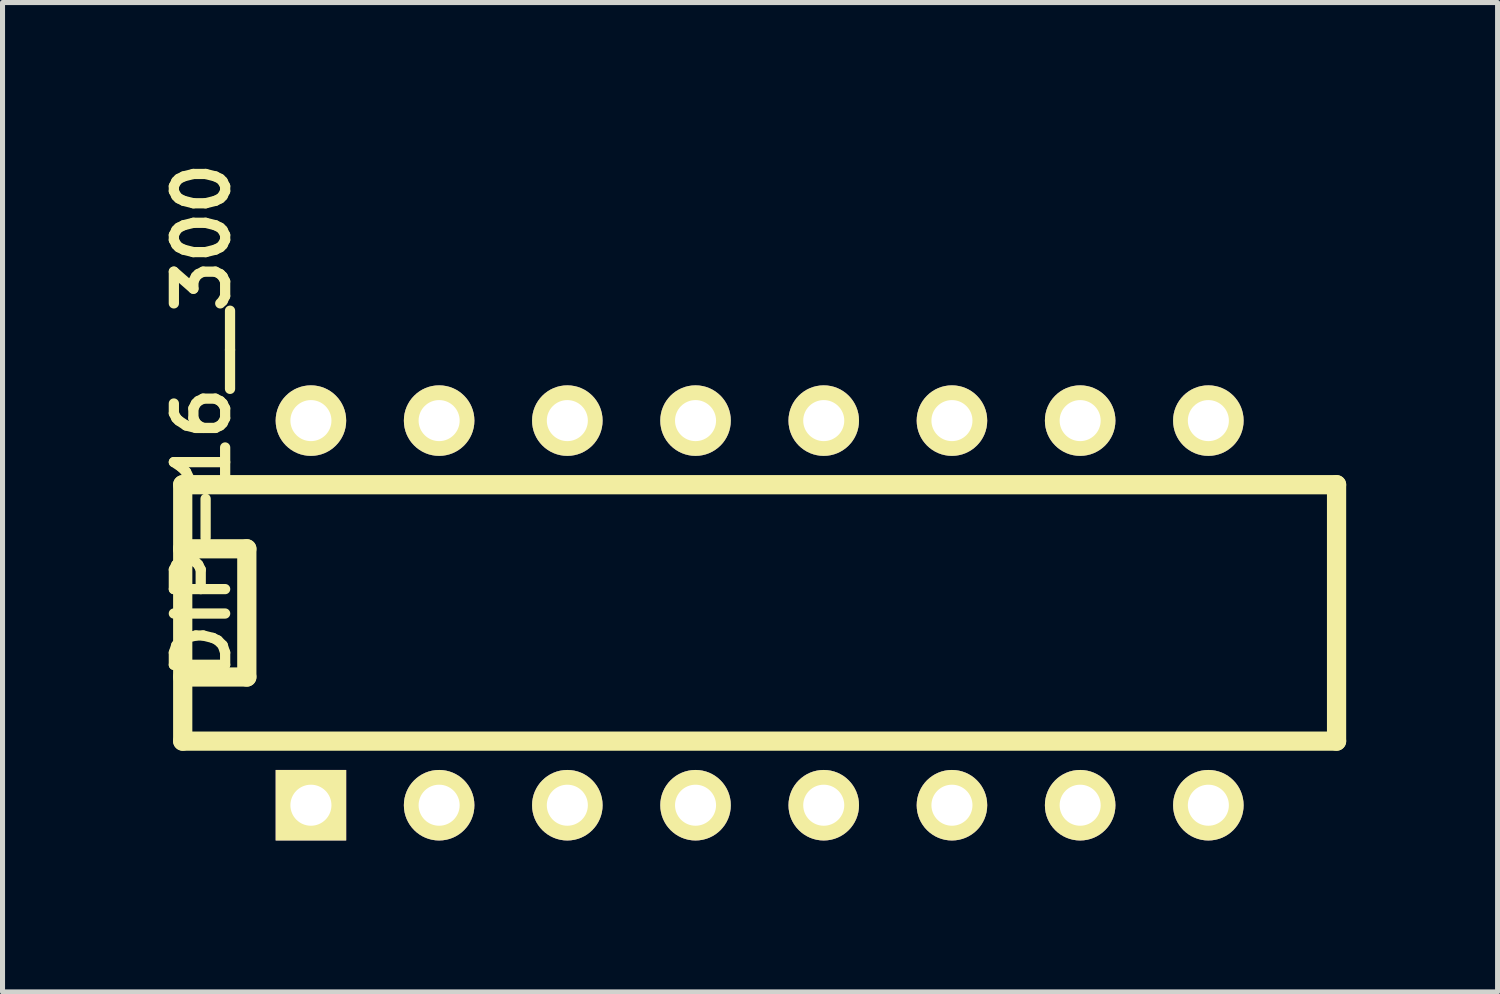
<source format=kicad_pcb>
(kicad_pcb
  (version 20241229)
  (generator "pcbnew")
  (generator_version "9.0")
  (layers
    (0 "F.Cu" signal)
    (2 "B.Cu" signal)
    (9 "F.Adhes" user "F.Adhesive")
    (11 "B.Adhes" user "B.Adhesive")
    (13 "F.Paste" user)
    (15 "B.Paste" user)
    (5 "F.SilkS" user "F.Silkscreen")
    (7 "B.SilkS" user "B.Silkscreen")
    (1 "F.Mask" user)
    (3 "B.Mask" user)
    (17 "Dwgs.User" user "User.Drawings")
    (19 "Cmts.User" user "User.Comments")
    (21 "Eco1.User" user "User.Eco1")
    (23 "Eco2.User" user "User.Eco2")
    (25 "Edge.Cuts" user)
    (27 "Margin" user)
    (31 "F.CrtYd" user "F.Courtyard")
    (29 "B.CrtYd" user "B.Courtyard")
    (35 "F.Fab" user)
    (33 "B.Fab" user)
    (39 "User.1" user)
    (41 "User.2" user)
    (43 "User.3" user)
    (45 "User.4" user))
  (footprint "DIP-16__300"
    (layer "F.Cu")
    (at 12 9.093)
    (property "Reference" "DIP-16__300" (at -11.049 -3.81 90) (layer "F.SilkS") (effects (font (size 1.016 1.016) (thickness 0.203))))
    (attr through_hole)
    (fp_line (start -11.43 -2.54) (end 11.43 -2.54) (stroke (width 0.381) (type solid)) (layer "F.SilkS"))
    (fp_line (start -11.43 -1.27) (end -11.43 -1.27) (stroke (width 0.381) (type solid)) (layer "F.SilkS"))
    (fp_line (start -11.43 -1.27) (end -10.16 -1.27) (stroke (width 0.381) (type solid)) (layer "F.SilkS"))
    (fp_line (start -11.43 2.54) (end -11.43 -2.54) (stroke (width 0.381) (type solid)) (layer "F.SilkS"))
    (fp_line (start -10.16 -1.27) (end -10.16 1.27) (stroke (width 0.381) (type solid)) (layer "F.SilkS"))
    (fp_line (start -10.16 1.27) (end -11.43 1.27) (stroke (width 0.381) (type solid)) (layer "F.SilkS"))
    (fp_line (start 11.43 -2.54) (end 11.43 2.54) (stroke (width 0.381) (type solid)) (layer "F.SilkS"))
    (fp_line (start 11.43 2.54) (end -11.43 2.54) (stroke (width 0.381) (type solid)) (layer "F.SilkS"))
    (pad "1" thru_hole rect (at -8.89 3.81) (size 1.397 1.397) (drill 0.813) (layers "*.Cu" "*.Mask" "F.SilkS"))
    (pad "2" thru_hole circle (at -6.35 3.81) (size 1.397 1.397) (drill 0.813) (layers "*.Cu" "*.Mask" "F.SilkS"))
    (pad "3" thru_hole circle (at -3.81 3.81) (size 1.397 1.397) (drill 0.813) (layers "*.Cu" "*.Mask" "F.SilkS"))
    (pad "4" thru_hole circle (at -1.27 3.81) (size 1.397 1.397) (drill 0.813) (layers "*.Cu" "*.Mask" "F.SilkS"))
    (pad "5" thru_hole circle (at 1.27 3.81) (size 1.397 1.397) (drill 0.813) (layers "*.Cu" "*.Mask" "F.SilkS"))
    (pad "6" thru_hole circle (at 3.81 3.81) (size 1.397 1.397) (drill 0.813) (layers "*.Cu" "*.Mask" "F.SilkS"))
    (pad "7" thru_hole circle (at 6.35 3.81) (size 1.397 1.397) (drill 0.813) (layers "*.Cu" "*.Mask" "F.SilkS"))
    (pad "8" thru_hole circle (at 8.89 3.81) (size 1.397 1.397) (drill 0.813) (layers "*.Cu" "*.Mask" "F.SilkS"))
    (pad "9" thru_hole circle (at 8.89 -3.81) (size 1.397 1.397) (drill 0.813) (layers "*.Cu" "*.Mask" "F.SilkS"))
    (pad "10" thru_hole circle (at 6.35 -3.81) (size 1.397 1.397) (drill 0.813) (layers "*.Cu" "*.Mask" "F.SilkS"))
    (pad "11" thru_hole circle (at 3.81 -3.81) (size 1.397 1.397) (drill 0.813) (layers "*.Cu" "*.Mask" "F.SilkS"))
    (pad "12" thru_hole circle (at 1.27 -3.81) (size 1.397 1.397) (drill 0.813) (layers "*.Cu" "*.Mask" "F.SilkS"))
    (pad "13" thru_hole circle (at -1.27 -3.81) (size 1.397 1.397) (drill 0.813) (layers "*.Cu" "*.Mask" "F.SilkS"))
    (pad "14" thru_hole circle (at -3.81 -3.81) (size 1.397 1.397) (drill 0.813) (layers "*.Cu" "*.Mask" "F.SilkS"))
    (pad "15" thru_hole circle (at -6.35 -3.81) (size 1.397 1.397) (drill 0.813) (layers "*.Cu" "*.Mask" "F.SilkS"))
    (pad "16" thru_hole circle (at -8.89 -3.81) (size 1.397 1.397) (drill 0.813) (layers "*.Cu" "*.Mask" "F.SilkS")))
  (gr_rect
    (start -3 -3)
    (end 26.62 16.602)
    (stroke (width 0.1) (type default))
    (fill no)
    (layer "Edge.Cuts")))
</source>
